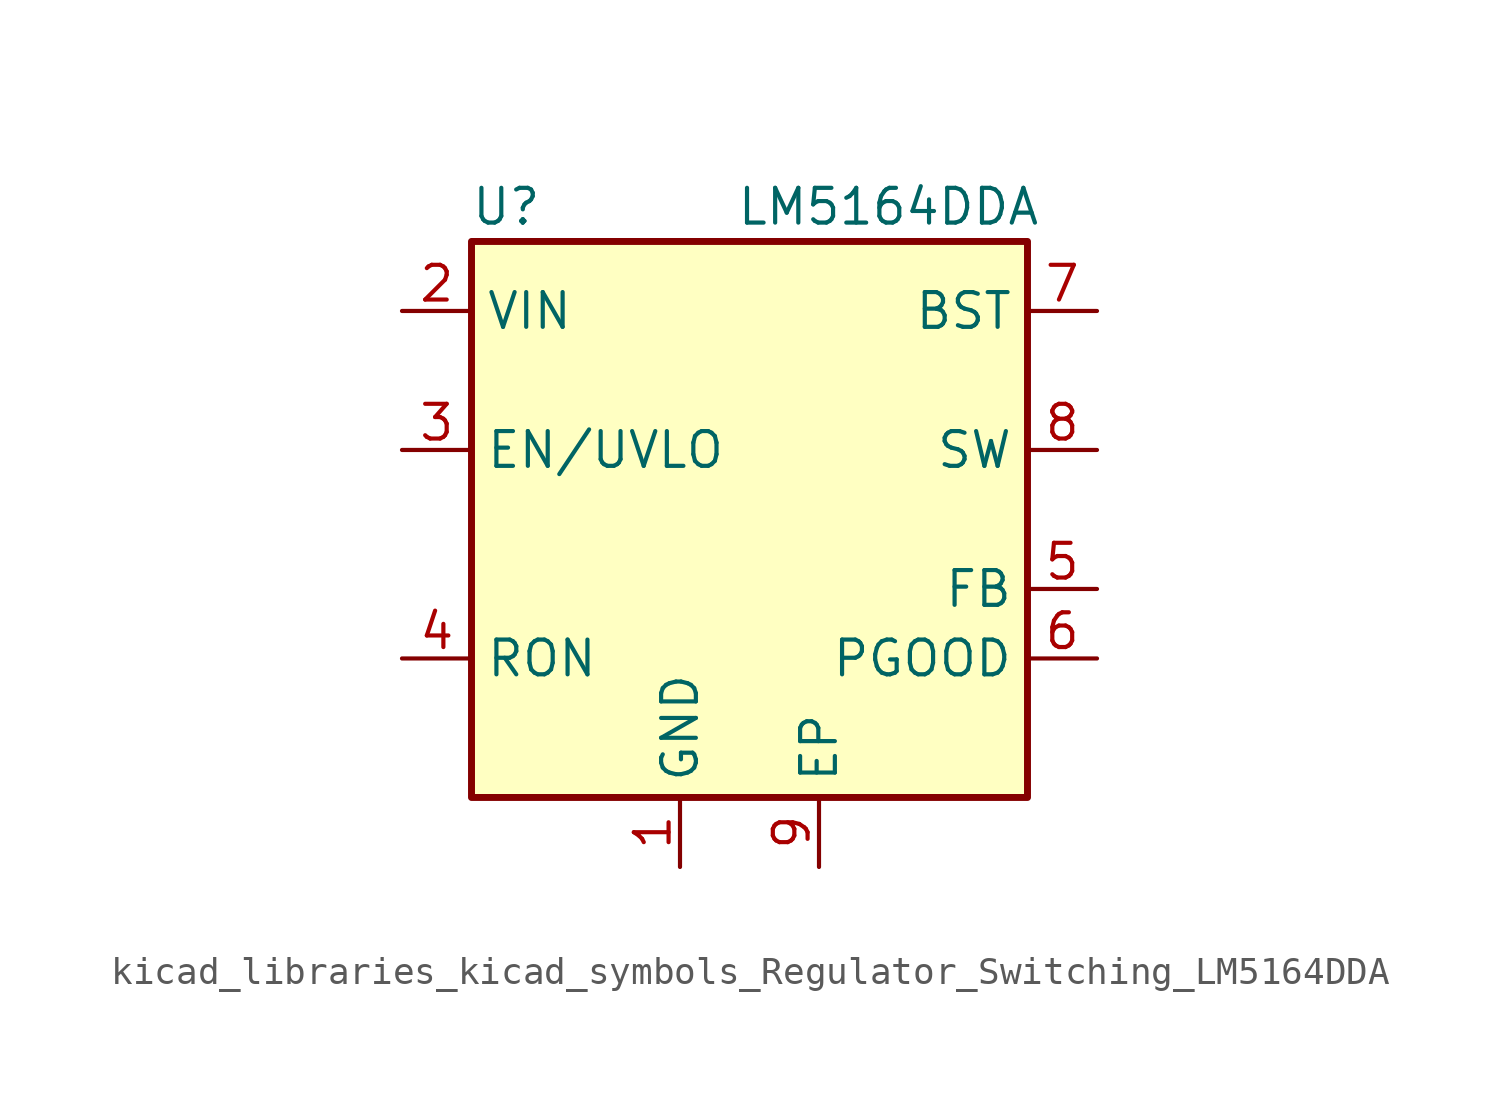
<source format=kicad_sym>
(kicad_symbol_lib
  (version 20220914)
  (generator kicad_symbol_editor)
  (symbol "kicad_libraries_kicad_symbols_Regulator_Switching_LM5164DDA"
    (property "Reference" "U"
      (at -8.89 11.43 0)
      (effects (font (size 1.27 1.27))))
    (property "Value" "LM5164DDA"
      (at 5.08 11.43 0)
      (effects (font (size 1.27 1.27))))
    (symbol "kicad_libraries_kicad_symbols_Regulator_Switching_LM5164DDA_1_1"
      (rectangle (start -10.16 10.16) (end 10.16 -10.16) (stroke (width 0.254) (type default)) (fill (type background)))
      (pin power_in line (at -2.54 -12.7 90) (length 2.54) (name "GND" (effects (font (size 1.27 1.27)))) (number "1" (effects (font (size 1.27 1.27)))))
      (pin power_in line (at -12.7 7.62 0) (length 2.54) (name "VIN" (effects (font (size 1.27 1.27)))) (number "2" (effects (font (size 1.27 1.27)))))
      (pin input line (at -12.7 2.54 0) (length 2.54) (name "EN/UVLO" (effects (font (size 1.27 1.27)))) (number "3" (effects (font (size 1.27 1.27)))))
      (pin passive line (at -12.7 -5.08 0) (length 2.54) (name "RON" (effects (font (size 1.27 1.27)))) (number "4" (effects (font (size 1.27 1.27)))))
      (pin input line (at 12.7 -2.54 180) (length 2.54) (name "FB" (effects (font (size 1.27 1.27)))) (number "5" (effects (font (size 1.27 1.27)))))
      (pin open_collector line (at 12.7 -5.08 180) (length 2.54) (name "PGOOD" (effects (font (size 1.27 1.27)))) (number "6" (effects (font (size 1.27 1.27)))))
      (pin passive line (at 12.7 7.62 180) (length 2.54) (name "BST" (effects (font (size 1.27 1.27)))) (number "7" (effects (font (size 1.27 1.27)))))
      (pin power_out line (at 12.7 2.54 180) (length 2.54) (name "SW" (effects (font (size 1.27 1.27)))) (number "8" (effects (font (size 1.27 1.27)))))
      (pin passive line (at 2.54 -12.7 90) (length 2.54) (name "EP" (effects (font (size 1.27 1.27)))) (number "9" (effects (font (size 1.27 1.27))))))))
</source>
